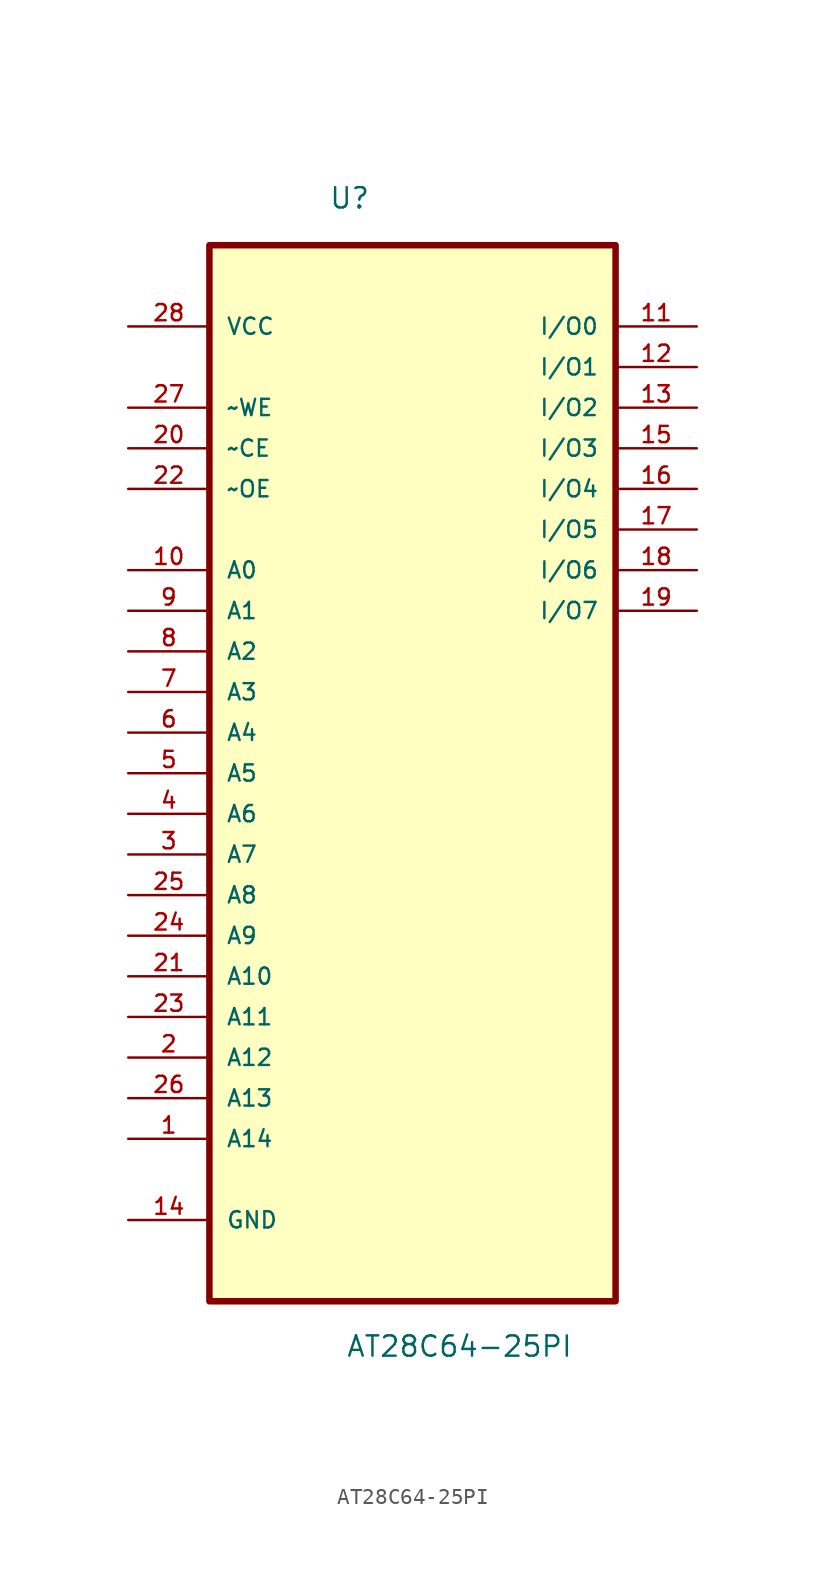
<source format=kicad_sym>
(kicad_symbol_lib
  (version 20211014)
  (generator kicad_symbol_editor)
  (symbol "AT28C64-25PI"
    (pin_names
      (offset 1.016))
    (property "Reference" "U"
      (at -5.243 32.678 0.0)
      (effects (font (size 1.27 1.27)) (justify bottom left)))
    (property "Value" "AT28C64-25PI"
      (at -4.178 -39.126 0.0)
      (effects (font (size 1.27 1.27)) (justify bottom left)))
    (symbol "AT28C64-25PI_0_0"
      (rectangle (start -12.7 -35.56) (end 12.7 30.48) (stroke (width 0.406)) (fill (type background)))
      (pin power_in line (at -17.78 25.4 0) (length 5.08) (name "VCC" (effects (font (size 1.016 1.016)))) (number "28" (effects (font (size 1.016 1.016)))))
      (pin input line (at -17.78 20.32 0) (length 5.08) (name "~WE" (effects (font (size 1.016 1.016)))) (number "27" (effects (font (size 1.016 1.016)))))
      (pin input line (at -17.78 17.78 0) (length 5.08) (name "~CE" (effects (font (size 1.016 1.016)))) (number "20" (effects (font (size 1.016 1.016)))))
      (pin input line (at -17.78 15.24 0) (length 5.08) (name "~OE" (effects (font (size 1.016 1.016)))) (number "22" (effects (font (size 1.016 1.016)))))
      (pin input line (at -17.78 10.16 0) (length 5.08) (name "A0" (effects (font (size 1.016 1.016)))) (number "10" (effects (font (size 1.016 1.016)))))
      (pin input line (at -17.78 7.62 0) (length 5.08) (name "A1" (effects (font (size 1.016 1.016)))) (number "9" (effects (font (size 1.016 1.016)))))
      (pin input line (at -17.78 5.08 0) (length 5.08) (name "A2" (effects (font (size 1.016 1.016)))) (number "8" (effects (font (size 1.016 1.016)))))
      (pin input line (at -17.78 2.54 0) (length 5.08) (name "A3" (effects (font (size 1.016 1.016)))) (number "7" (effects (font (size 1.016 1.016)))))
      (pin input line (at -17.78 0.0 0) (length 5.08) (name "A4" (effects (font (size 1.016 1.016)))) (number "6" (effects (font (size 1.016 1.016)))))
      (pin input line (at -17.78 -2.54 0) (length 5.08) (name "A5" (effects (font (size 1.016 1.016)))) (number "5" (effects (font (size 1.016 1.016)))))
      (pin input line (at -17.78 -5.08 0) (length 5.08) (name "A6" (effects (font (size 1.016 1.016)))) (number "4" (effects (font (size 1.016 1.016)))))
      (pin input line (at -17.78 -7.62 0) (length 5.08) (name "A7" (effects (font (size 1.016 1.016)))) (number "3" (effects (font (size 1.016 1.016)))))
      (pin input line (at -17.78 -10.16 0) (length 5.08) (name "A8" (effects (font (size 1.016 1.016)))) (number "25" (effects (font (size 1.016 1.016)))))
      (pin input line (at -17.78 -12.7 0) (length 5.08) (name "A9" (effects (font (size 1.016 1.016)))) (number "24" (effects (font (size 1.016 1.016)))))
      (pin input line (at -17.78 -15.24 0) (length 5.08) (name "A10" (effects (font (size 1.016 1.016)))) (number "21" (effects (font (size 1.016 1.016)))))
      (pin input line (at -17.78 -17.78 0) (length 5.08) (name "A11" (effects (font (size 1.016 1.016)))) (number "23" (effects (font (size 1.016 1.016)))))
      (pin input line (at -17.78 -20.32 0) (length 5.08) (name "A12" (effects (font (size 1.016 1.016)))) (number "2" (effects (font (size 1.016 1.016)))))
      (pin input line (at -17.78 -22.86 0) (length 5.08) (name "A13" (effects (font (size 1.016 1.016)))) (number "26" (effects (font (size 1.016 1.016)))))
      (pin input line (at -17.78 -25.4 0) (length 5.08) (name "A14" (effects (font (size 1.016 1.016)))) (number "1" (effects (font (size 1.016 1.016)))))
      (pin passive line (at -17.78 -30.48 0) (length 5.08) (name "GND" (effects (font (size 1.016 1.016)))) (number "14" (effects (font (size 1.016 1.016)))))
      (pin bidirectional line (at 17.78 25.4 180.0) (length 5.08) (name "I/O0" (effects (font (size 1.016 1.016)))) (number "11" (effects (font (size 1.016 1.016)))))
      (pin bidirectional line (at 17.78 22.86 180.0) (length 5.08) (name "I/O1" (effects (font (size 1.016 1.016)))) (number "12" (effects (font (size 1.016 1.016)))))
      (pin bidirectional line (at 17.78 20.32 180.0) (length 5.08) (name "I/O2" (effects (font (size 1.016 1.016)))) (number "13" (effects (font (size 1.016 1.016)))))
      (pin bidirectional line (at 17.78 17.78 180.0) (length 5.08) (name "I/O3" (effects (font (size 1.016 1.016)))) (number "15" (effects (font (size 1.016 1.016)))))
      (pin bidirectional line (at 17.78 15.24 180.0) (length 5.08) (name "I/O4" (effects (font (size 1.016 1.016)))) (number "16" (effects (font (size 1.016 1.016)))))
      (pin bidirectional line (at 17.78 12.7 180.0) (length 5.08) (name "I/O5" (effects (font (size 1.016 1.016)))) (number "17" (effects (font (size 1.016 1.016)))))
      (pin bidirectional line (at 17.78 10.16 180.0) (length 5.08) (name "I/O6" (effects (font (size 1.016 1.016)))) (number "18" (effects (font (size 1.016 1.016)))))
      (pin bidirectional line (at 17.78 7.62 180.0) (length 5.08) (name "I/O7" (effects (font (size 1.016 1.016)))) (number "19" (effects (font (size 1.016 1.016))))))))
</source>
